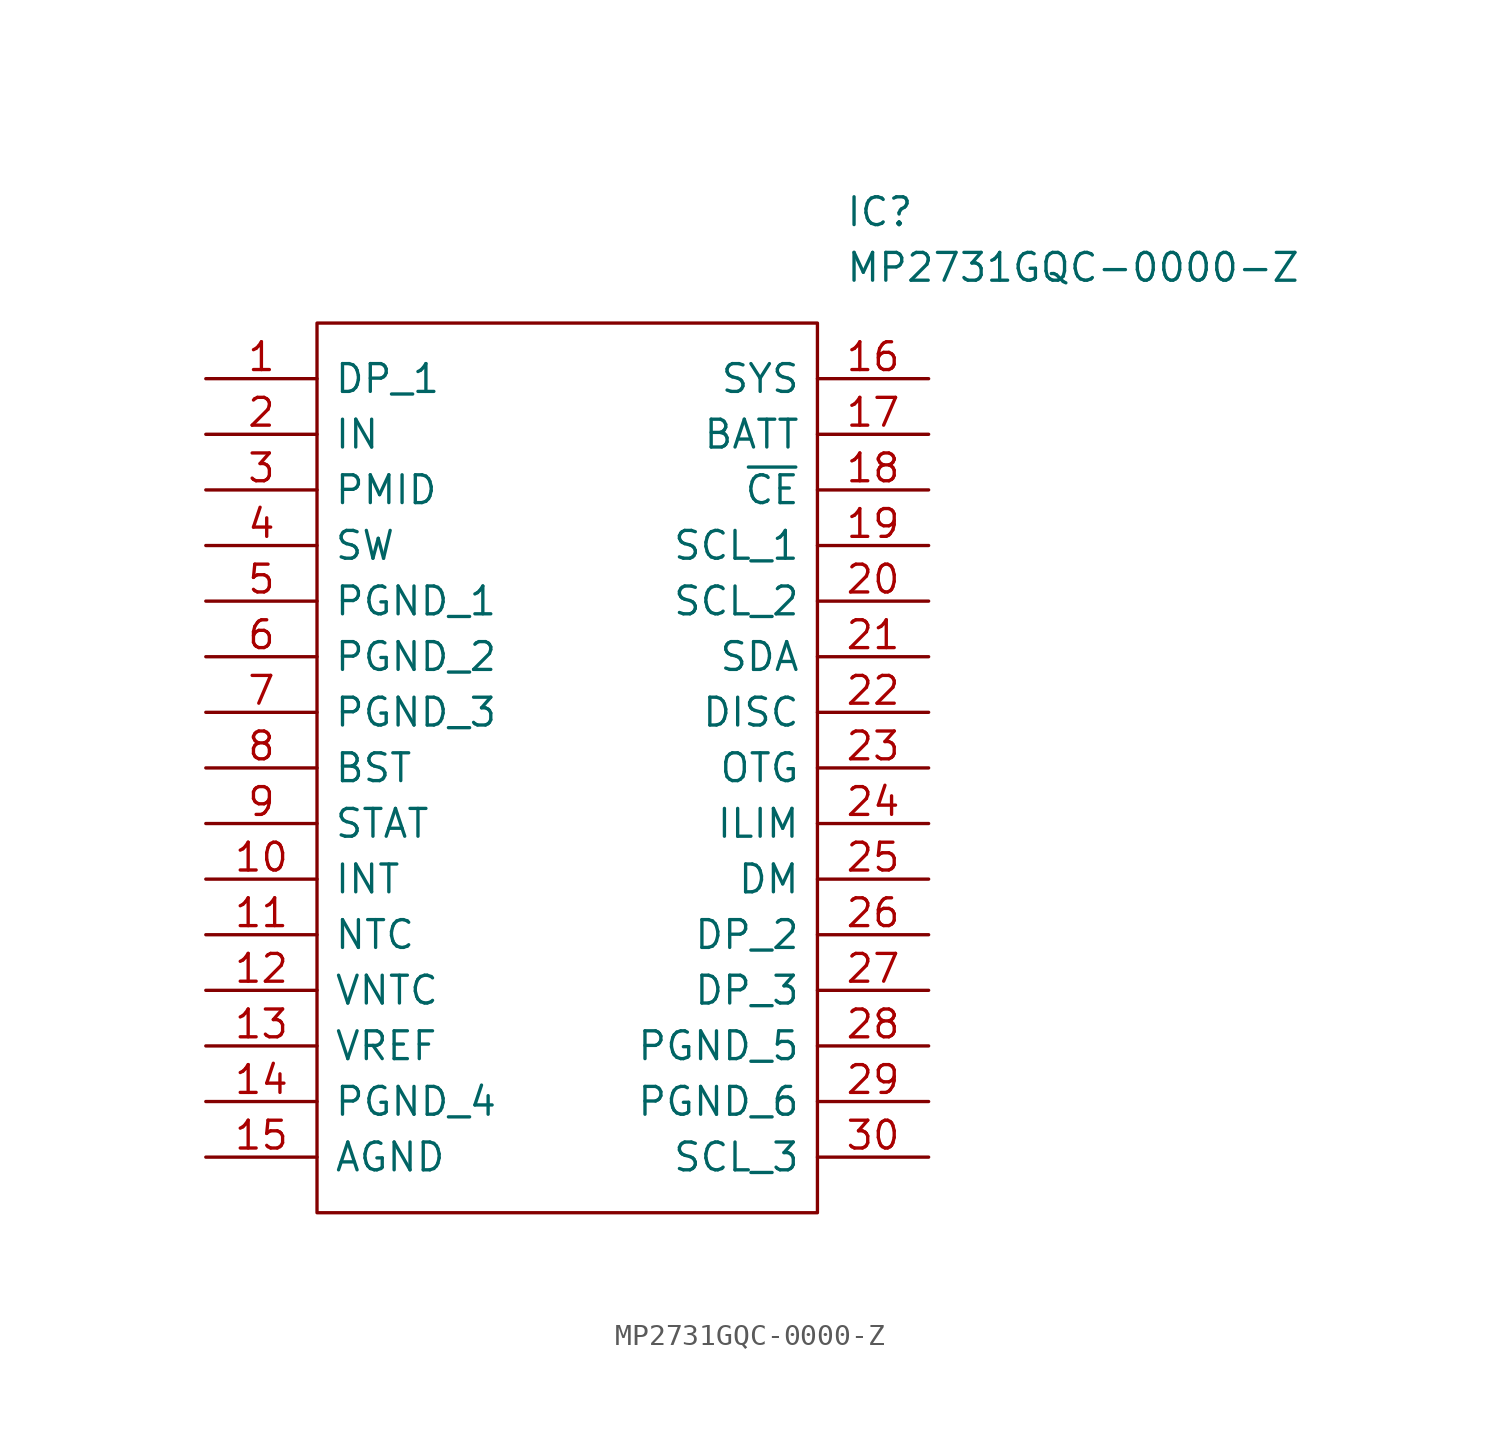
<source format=kicad_sym>
(kicad_symbol_lib
  (version 20211014)
  (generator kicad_symbol_editor)
  (symbol "MP2731GQC-0000-Z"
    (pin_names
      (offset 0.762))
    (property "Reference" "IC"
      (at 29.21 7.62 0)
      (effects (font (size 1.27 1.27)) (justify left)))
    (property "Value" "MP2731GQC-0000-Z"
      (at 29.21 5.08 0)
      (effects (font (size 1.27 1.27)) (justify left)))
    (symbol "MP2731GQC-0000-Z_0_0"
      (pin passive line (at 0 0 0) (length 5.08) (name "DP_1" (effects (font (size 1.27 1.27)))) (number "1" (effects (font (size 1.27 1.27)))))
      (pin passive line (at 0 -22.86 0) (length 5.08) (name "INT" (effects (font (size 1.27 1.27)))) (number "10" (effects (font (size 1.27 1.27)))))
      (pin passive line (at 0 -25.4 0) (length 5.08) (name "NTC" (effects (font (size 1.27 1.27)))) (number "11" (effects (font (size 1.27 1.27)))))
      (pin passive line (at 0 -27.94 0) (length 5.08) (name "VNTC" (effects (font (size 1.27 1.27)))) (number "12" (effects (font (size 1.27 1.27)))))
      (pin passive line (at 0 -30.48 0) (length 5.08) (name "VREF" (effects (font (size 1.27 1.27)))) (number "13" (effects (font (size 1.27 1.27)))))
      (pin passive line (at 0 -33.02 0) (length 5.08) (name "PGND_4" (effects (font (size 1.27 1.27)))) (number "14" (effects (font (size 1.27 1.27)))))
      (pin passive line (at 0 -35.56 0) (length 5.08) (name "AGND" (effects (font (size 1.27 1.27)))) (number "15" (effects (font (size 1.27 1.27)))))
      (pin passive line (at 33.02 0 180) (length 5.08) (name "SYS" (effects (font (size 1.27 1.27)))) (number "16" (effects (font (size 1.27 1.27)))))
      (pin passive line (at 33.02 -2.54 180) (length 5.08) (name "BATT" (effects (font (size 1.27 1.27)))) (number "17" (effects (font (size 1.27 1.27)))))
      (pin passive line (at 33.02 -5.08 180) (length 5.08) (name "~{CE}" (effects (font (size 1.27 1.27)))) (number "18" (effects (font (size 1.27 1.27)))))
      (pin passive line (at 33.02 -7.62 180) (length 5.08) (name "SCL_1" (effects (font (size 1.27 1.27)))) (number "19" (effects (font (size 1.27 1.27)))))
      (pin passive line (at 0 -2.54 0) (length 5.08) (name "IN" (effects (font (size 1.27 1.27)))) (number "2" (effects (font (size 1.27 1.27)))))
      (pin passive line (at 33.02 -10.16 180) (length 5.08) (name "SCL_2" (effects (font (size 1.27 1.27)))) (number "20" (effects (font (size 1.27 1.27)))))
      (pin passive line (at 33.02 -12.7 180) (length 5.08) (name "SDA" (effects (font (size 1.27 1.27)))) (number "21" (effects (font (size 1.27 1.27)))))
      (pin passive line (at 33.02 -15.24 180) (length 5.08) (name "DISC" (effects (font (size 1.27 1.27)))) (number "22" (effects (font (size 1.27 1.27)))))
      (pin passive line (at 33.02 -17.78 180) (length 5.08) (name "OTG" (effects (font (size 1.27 1.27)))) (number "23" (effects (font (size 1.27 1.27)))))
      (pin passive line (at 33.02 -20.32 180) (length 5.08) (name "ILIM" (effects (font (size 1.27 1.27)))) (number "24" (effects (font (size 1.27 1.27)))))
      (pin passive line (at 33.02 -22.86 180) (length 5.08) (name "DM" (effects (font (size 1.27 1.27)))) (number "25" (effects (font (size 1.27 1.27)))))
      (pin passive line (at 33.02 -25.4 180) (length 5.08) (name "DP_2" (effects (font (size 1.27 1.27)))) (number "26" (effects (font (size 1.27 1.27)))))
      (pin passive line (at 33.02 -27.94 180) (length 5.08) (name "DP_3" (effects (font (size 1.27 1.27)))) (number "27" (effects (font (size 1.27 1.27)))))
      (pin passive line (at 33.02 -30.48 180) (length 5.08) (name "PGND_5" (effects (font (size 1.27 1.27)))) (number "28" (effects (font (size 1.27 1.27)))))
      (pin passive line (at 33.02 -33.02 180) (length 5.08) (name "PGND_6" (effects (font (size 1.27 1.27)))) (number "29" (effects (font (size 1.27 1.27)))))
      (pin passive line (at 0 -5.08 0) (length 5.08) (name "PMID" (effects (font (size 1.27 1.27)))) (number "3" (effects (font (size 1.27 1.27)))))
      (pin passive line (at 33.02 -35.56 180) (length 5.08) (name "SCL_3" (effects (font (size 1.27 1.27)))) (number "30" (effects (font (size 1.27 1.27)))))
      (pin passive line (at 0 -7.62 0) (length 5.08) (name "SW" (effects (font (size 1.27 1.27)))) (number "4" (effects (font (size 1.27 1.27)))))
      (pin passive line (at 0 -10.16 0) (length 5.08) (name "PGND_1" (effects (font (size 1.27 1.27)))) (number "5" (effects (font (size 1.27 1.27)))))
      (pin passive line (at 0 -12.7 0) (length 5.08) (name "PGND_2" (effects (font (size 1.27 1.27)))) (number "6" (effects (font (size 1.27 1.27)))))
      (pin passive line (at 0 -15.24 0) (length 5.08) (name "PGND_3" (effects (font (size 1.27 1.27)))) (number "7" (effects (font (size 1.27 1.27)))))
      (pin passive line (at 0 -17.78 0) (length 5.08) (name "BST" (effects (font (size 1.27 1.27)))) (number "8" (effects (font (size 1.27 1.27)))))
      (pin passive line (at 0 -20.32 0) (length 5.08) (name "STAT" (effects (font (size 1.27 1.27)))) (number "9" (effects (font (size 1.27 1.27))))))
    (symbol "MP2731GQC-0000-Z_0_1"
      (polyline (pts (xy 5.08 2.54) (xy 27.94 2.54) (xy 27.94 -38.1) (xy 5.08 -38.1) (xy 5.08 2.54)) (stroke (width 0.152) (type default) (color 0 0 0 0)) (fill (type none))))))
</source>
